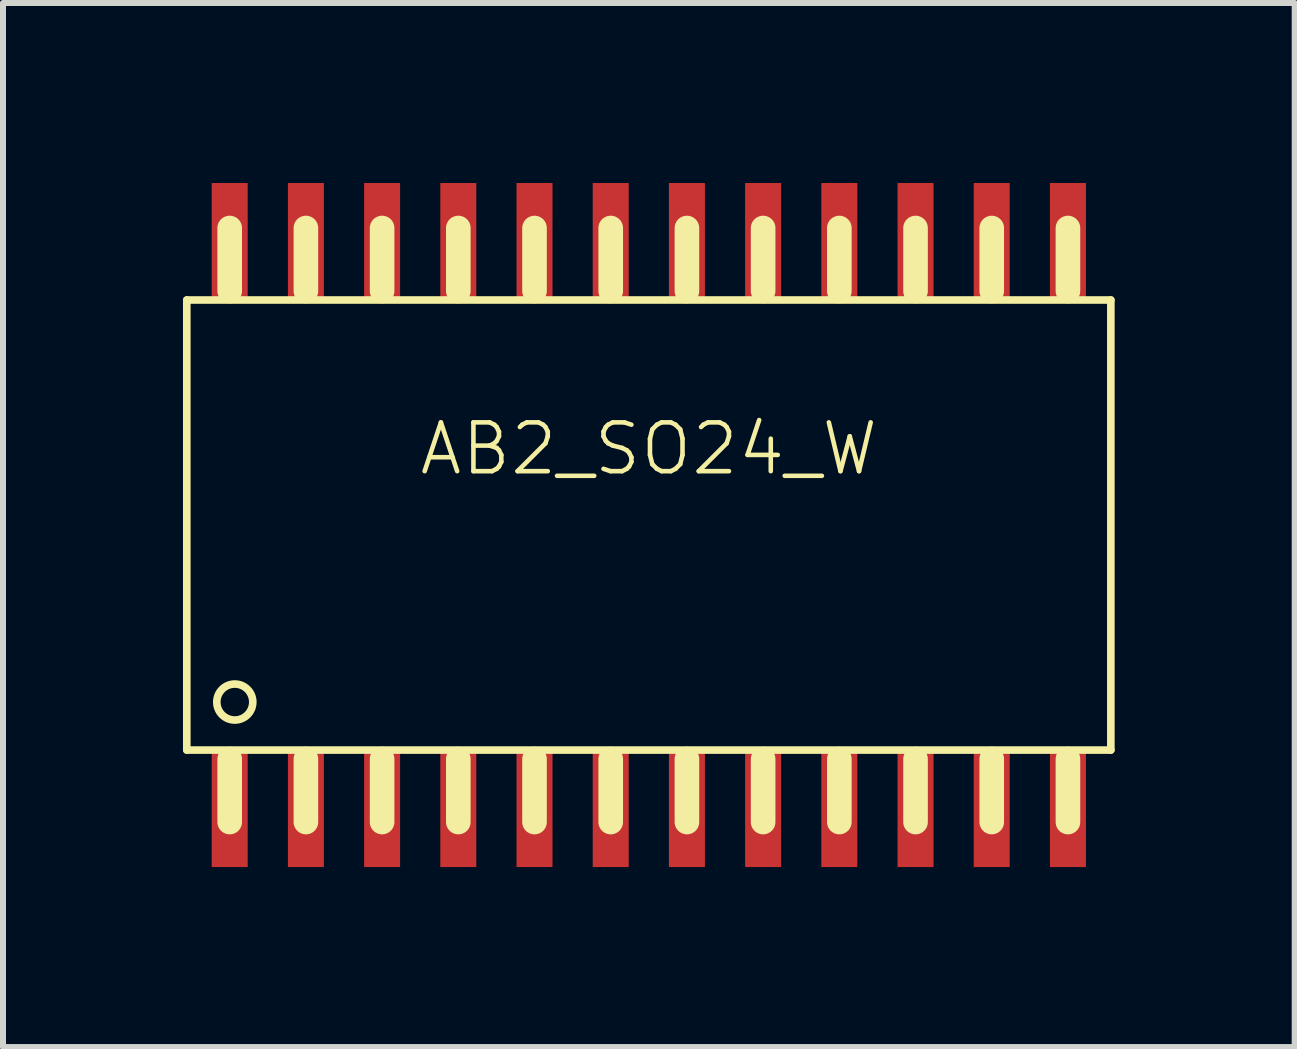
<source format=kicad_pcb>
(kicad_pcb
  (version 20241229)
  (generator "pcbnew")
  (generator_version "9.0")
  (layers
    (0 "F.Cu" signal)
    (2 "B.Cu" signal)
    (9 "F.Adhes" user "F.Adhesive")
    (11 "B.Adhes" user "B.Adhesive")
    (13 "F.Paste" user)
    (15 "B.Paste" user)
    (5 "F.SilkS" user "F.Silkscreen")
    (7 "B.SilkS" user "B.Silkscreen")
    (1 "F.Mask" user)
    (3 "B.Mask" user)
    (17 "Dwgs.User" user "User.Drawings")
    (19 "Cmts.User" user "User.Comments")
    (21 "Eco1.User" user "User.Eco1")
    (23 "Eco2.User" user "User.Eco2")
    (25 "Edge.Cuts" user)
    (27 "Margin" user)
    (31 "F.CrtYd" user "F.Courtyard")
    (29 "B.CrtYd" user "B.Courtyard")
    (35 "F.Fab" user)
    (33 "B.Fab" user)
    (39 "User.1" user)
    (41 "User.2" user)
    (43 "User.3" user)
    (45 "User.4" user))
  (footprint "AB2_SO24_W"
    (layer "F.Cu")
    (at 7.763 5.7)
    (property "Reference" "AB2_SO24_W" (at 0 -1.27 0) (layer "F.SilkS") (effects (font (size 0.813 0.813) (thickness 0.076))))
    (attr through_hole)
    (fp_line (start -7.7 -3.75) (end 7.7 -3.75) (stroke (width 0.127) (type solid)) (layer "F.SilkS"))
    (fp_line (start -7.7 3.75) (end -7.7 -3.75) (stroke (width 0.127) (type solid)) (layer "F.SilkS"))
    (fp_line (start -6.985 -4.95) (end -6.985 -3.9) (stroke (width 0.41) (type solid)) (layer "F.SilkS"))
    (fp_line (start -6.985 3.9) (end -6.985 4.95) (stroke (width 0.41) (type solid)) (layer "F.SilkS"))
    (fp_line (start -5.715 -4.95) (end -5.715 -3.9) (stroke (width 0.41) (type solid)) (layer "F.SilkS"))
    (fp_line (start -5.715 3.9) (end -5.715 4.95) (stroke (width 0.41) (type solid)) (layer "F.SilkS"))
    (fp_line (start -4.445 -4.95) (end -4.445 -3.9) (stroke (width 0.41) (type solid)) (layer "F.SilkS"))
    (fp_line (start -4.445 3.9) (end -4.445 4.95) (stroke (width 0.41) (type solid)) (layer "F.SilkS"))
    (fp_line (start -3.175 -4.95) (end -3.175 -3.9) (stroke (width 0.41) (type solid)) (layer "F.SilkS"))
    (fp_line (start -3.175 3.9) (end -3.175 4.95) (stroke (width 0.41) (type solid)) (layer "F.SilkS"))
    (fp_line (start -1.905 -4.95) (end -1.905 -3.9) (stroke (width 0.41) (type solid)) (layer "F.SilkS"))
    (fp_line (start -1.905 3.9) (end -1.905 4.95) (stroke (width 0.41) (type solid)) (layer "F.SilkS"))
    (fp_line (start -0.635 -4.95) (end -0.635 -3.9) (stroke (width 0.41) (type solid)) (layer "F.SilkS"))
    (fp_line (start -0.635 3.9) (end -0.635 4.95) (stroke (width 0.41) (type solid)) (layer "F.SilkS"))
    (fp_line (start 0.635 -4.95) (end 0.635 -3.9) (stroke (width 0.41) (type solid)) (layer "F.SilkS"))
    (fp_line (start 0.635 3.9) (end 0.635 4.95) (stroke (width 0.41) (type solid)) (layer "F.SilkS"))
    (fp_line (start 1.905 -4.95) (end 1.905 -3.9) (stroke (width 0.41) (type solid)) (layer "F.SilkS"))
    (fp_line (start 1.905 3.9) (end 1.905 4.95) (stroke (width 0.41) (type solid)) (layer "F.SilkS"))
    (fp_line (start 3.175 -4.95) (end 3.175 -3.9) (stroke (width 0.41) (type solid)) (layer "F.SilkS"))
    (fp_line (start 3.175 3.9) (end 3.175 4.95) (stroke (width 0.41) (type solid)) (layer "F.SilkS"))
    (fp_line (start 4.445 -4.95) (end 4.445 -3.9) (stroke (width 0.41) (type solid)) (layer "F.SilkS"))
    (fp_line (start 4.445 3.9) (end 4.445 4.95) (stroke (width 0.41) (type solid)) (layer "F.SilkS"))
    (fp_line (start 5.715 -4.95) (end 5.715 -3.9) (stroke (width 0.41) (type solid)) (layer "F.SilkS"))
    (fp_line (start 5.715 3.9) (end 5.715 4.95) (stroke (width 0.41) (type solid)) (layer "F.SilkS"))
    (fp_line (start 6.985 -4.95) (end 6.985 -3.9) (stroke (width 0.41) (type solid)) (layer "F.SilkS"))
    (fp_line (start 6.985 3.9) (end 6.985 4.95) (stroke (width 0.41) (type solid)) (layer "F.SilkS"))
    (fp_line (start 7.7 -3.75) (end 7.7 3.75) (stroke (width 0.127) (type solid)) (layer "F.SilkS"))
    (fp_line (start 7.7 3.75) (end -7.7 3.75) (stroke (width 0.127) (type solid)) (layer "F.SilkS"))
    (fp_circle (center -6.9 2.95) (end -6.9 2.65) (stroke (width 0.127) (type solid)) (fill no) (layer "F.SilkS"))
    (pad "1" smd rect (at -6.985 4.7) (size 0.6 2) (layers "F.Cu" "F.Mask" "F.Paste"))
    (pad "2" smd rect (at -5.715 4.7) (size 0.6 2) (layers "F.Cu" "F.Mask" "F.Paste"))
    (pad "3" smd rect (at -4.445 4.7) (size 0.6 2) (layers "F.Cu" "F.Mask" "F.Paste"))
    (pad "4" smd rect (at -3.175 4.7) (size 0.6 2) (layers "F.Cu" "F.Mask" "F.Paste"))
    (pad "5" smd rect (at -1.905 4.7) (size 0.6 2) (layers "F.Cu" "F.Mask" "F.Paste"))
    (pad "6" smd rect (at -0.635 4.7) (size 0.6 2) (layers "F.Cu" "F.Mask" "F.Paste"))
    (pad "7" smd rect (at 0.635 4.7) (size 0.6 2) (layers "F.Cu" "F.Mask" "F.Paste"))
    (pad "8" smd rect (at 1.905 4.7) (size 0.6 2) (layers "F.Cu" "F.Mask" "F.Paste"))
    (pad "9" smd rect (at 3.175 4.7) (size 0.6 2) (layers "F.Cu" "F.Mask" "F.Paste"))
    (pad "10" smd rect (at 4.445 4.7) (size 0.6 2) (layers "F.Cu" "F.Mask" "F.Paste"))
    (pad "11" smd rect (at 5.715 4.7) (size 0.6 2) (layers "F.Cu" "F.Mask" "F.Paste"))
    (pad "12" smd rect (at 6.985 4.7) (size 0.6 2) (layers "F.Cu" "F.Mask" "F.Paste"))
    (pad "13" smd rect (at 6.985 -4.7) (size 0.6 2) (layers "F.Cu" "F.Mask" "F.Paste"))
    (pad "14" smd rect (at 5.715 -4.7) (size 0.6 2) (layers "F.Cu" "F.Mask" "F.Paste"))
    (pad "15" smd rect (at 4.445 -4.7) (size 0.6 2) (layers "F.Cu" "F.Mask" "F.Paste"))
    (pad "16" smd rect (at 3.175 -4.7) (size 0.6 2) (layers "F.Cu" "F.Mask" "F.Paste"))
    (pad "17" smd rect (at 1.905 -4.7) (size 0.6 2) (layers "F.Cu" "F.Mask" "F.Paste"))
    (pad "18" smd rect (at 0.635 -4.7) (size 0.6 2) (layers "F.Cu" "F.Mask" "F.Paste"))
    (pad "19" smd rect (at -0.635 -4.7) (size 0.6 2) (layers "F.Cu" "F.Mask" "F.Paste"))
    (pad "20" smd rect (at -1.905 -4.7) (size 0.6 2) (layers "F.Cu" "F.Mask" "F.Paste"))
    (pad "21" smd rect (at -3.175 -4.7) (size 0.6 2) (layers "F.Cu" "F.Mask" "F.Paste"))
    (pad "22" smd rect (at -4.445 -4.7) (size 0.6 2) (layers "F.Cu" "F.Mask" "F.Paste"))
    (pad "23" smd rect (at -5.715 -4.7) (size 0.6 2) (layers "F.Cu" "F.Mask" "F.Paste"))
    (pad "24" smd rect (at -6.985 -4.7) (size 0.6 2) (layers "F.Cu" "F.Mask" "F.Paste")))
  (gr_rect
    (start -3 -3)
    (end 18.527 14.4)
    (stroke (width 0.1) (type default))
    (fill no)
    (layer "Edge.Cuts")))
</source>
